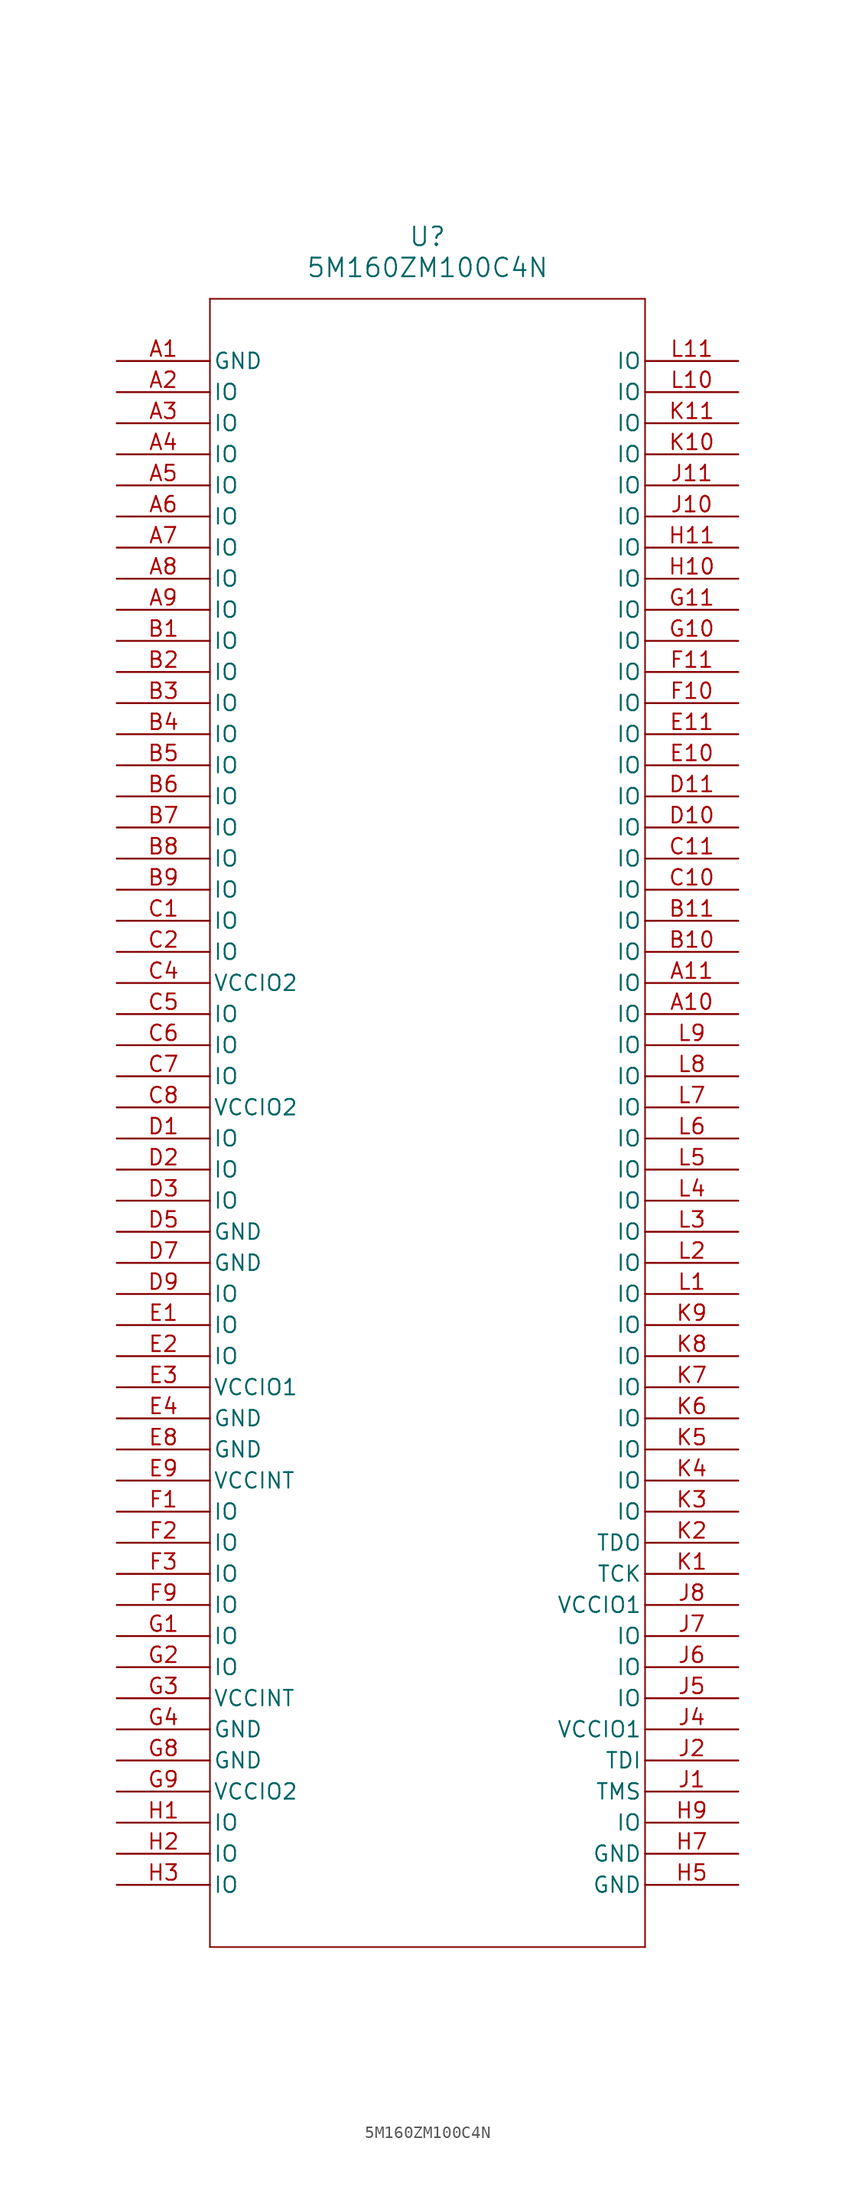
<source format=kicad_sym>
(kicad_symbol_lib
  (version 20220914)
  (generator kicad_symbol_editor)
  (symbol "5M160ZM100C4N"
    (pin_names
      (offset 0.254))
    (property "Reference" "U"
      (at 25.4 10.16 0)
      (effects (font (size 1.524 1.524))))
    (property "Value" "5M160ZM100C4N"
      (at 25.4 7.62 0)
      (effects (font (size 1.524 1.524))))
    (symbol "5M160ZM100C4N_0_1"
      (polyline (pts (xy 7.62 -129.54) (xy 43.18 -129.54)) (stroke (width 0.127) (type default)) (fill (type none)))
      (polyline (pts (xy 7.62 5.08) (xy 7.62 -129.54)) (stroke (width 0.127) (type default)) (fill (type none)))
      (polyline (pts (xy 43.18 -129.54) (xy 43.18 5.08)) (stroke (width 0.127) (type default)) (fill (type none)))
      (polyline (pts (xy 43.18 5.08) (xy 7.62 5.08)) (stroke (width 0.127) (type default)) (fill (type none)))
      (pin power_out line (at 0 0 0) (length 7.62) (name "GND" (effects (font (size 1.27 1.27)))) (number "A1" (effects (font (size 1.27 1.27)))))
      (pin bidirectional line (at 50.8 -53.34 180) (length 7.62) (name "IO" (effects (font (size 1.27 1.27)))) (number "A10" (effects (font (size 1.27 1.27)))))
      (pin bidirectional line (at 50.8 -50.8 180) (length 7.62) (name "IO" (effects (font (size 1.27 1.27)))) (number "A11" (effects (font (size 1.27 1.27)))))
      (pin bidirectional line (at 0 -2.54 0) (length 7.62) (name "IO" (effects (font (size 1.27 1.27)))) (number "A2" (effects (font (size 1.27 1.27)))))
      (pin bidirectional line (at 0 -5.08 0) (length 7.62) (name "IO" (effects (font (size 1.27 1.27)))) (number "A3" (effects (font (size 1.27 1.27)))))
      (pin bidirectional line (at 0 -7.62 0) (length 7.62) (name "IO" (effects (font (size 1.27 1.27)))) (number "A4" (effects (font (size 1.27 1.27)))))
      (pin bidirectional line (at 0 -10.16 0) (length 7.62) (name "IO" (effects (font (size 1.27 1.27)))) (number "A5" (effects (font (size 1.27 1.27)))))
      (pin bidirectional line (at 0 -12.7 0) (length 7.62) (name "IO" (effects (font (size 1.27 1.27)))) (number "A6" (effects (font (size 1.27 1.27)))))
      (pin bidirectional line (at 0 -15.24 0) (length 7.62) (name "IO" (effects (font (size 1.27 1.27)))) (number "A7" (effects (font (size 1.27 1.27)))))
      (pin bidirectional line (at 0 -17.78 0) (length 7.62) (name "IO" (effects (font (size 1.27 1.27)))) (number "A8" (effects (font (size 1.27 1.27)))))
      (pin bidirectional line (at 0 -20.32 0) (length 7.62) (name "IO" (effects (font (size 1.27 1.27)))) (number "A9" (effects (font (size 1.27 1.27)))))
      (pin bidirectional line (at 0 -22.86 0) (length 7.62) (name "IO" (effects (font (size 1.27 1.27)))) (number "B1" (effects (font (size 1.27 1.27)))))
      (pin bidirectional line (at 50.8 -48.26 180) (length 7.62) (name "IO" (effects (font (size 1.27 1.27)))) (number "B10" (effects (font (size 1.27 1.27)))))
      (pin bidirectional line (at 50.8 -45.72 180) (length 7.62) (name "IO" (effects (font (size 1.27 1.27)))) (number "B11" (effects (font (size 1.27 1.27)))))
      (pin bidirectional line (at 0 -25.4 0) (length 7.62) (name "IO" (effects (font (size 1.27 1.27)))) (number "B2" (effects (font (size 1.27 1.27)))))
      (pin bidirectional line (at 0 -27.94 0) (length 7.62) (name "IO" (effects (font (size 1.27 1.27)))) (number "B3" (effects (font (size 1.27 1.27)))))
      (pin bidirectional line (at 0 -30.48 0) (length 7.62) (name "IO" (effects (font (size 1.27 1.27)))) (number "B4" (effects (font (size 1.27 1.27)))))
      (pin bidirectional line (at 0 -33.02 0) (length 7.62) (name "IO" (effects (font (size 1.27 1.27)))) (number "B5" (effects (font (size 1.27 1.27)))))
      (pin bidirectional line (at 0 -35.56 0) (length 7.62) (name "IO" (effects (font (size 1.27 1.27)))) (number "B6" (effects (font (size 1.27 1.27)))))
      (pin bidirectional line (at 0 -38.1 0) (length 7.62) (name "IO" (effects (font (size 1.27 1.27)))) (number "B7" (effects (font (size 1.27 1.27)))))
      (pin bidirectional line (at 0 -40.64 0) (length 7.62) (name "IO" (effects (font (size 1.27 1.27)))) (number "B8" (effects (font (size 1.27 1.27)))))
      (pin bidirectional line (at 0 -43.18 0) (length 7.62) (name "IO" (effects (font (size 1.27 1.27)))) (number "B9" (effects (font (size 1.27 1.27)))))
      (pin bidirectional line (at 0 -45.72 0) (length 7.62) (name "IO" (effects (font (size 1.27 1.27)))) (number "C1" (effects (font (size 1.27 1.27)))))
      (pin bidirectional line (at 50.8 -43.18 180) (length 7.62) (name "IO" (effects (font (size 1.27 1.27)))) (number "C10" (effects (font (size 1.27 1.27)))))
      (pin bidirectional line (at 50.8 -40.64 180) (length 7.62) (name "IO" (effects (font (size 1.27 1.27)))) (number "C11" (effects (font (size 1.27 1.27)))))
      (pin bidirectional line (at 0 -48.26 0) (length 7.62) (name "IO" (effects (font (size 1.27 1.27)))) (number "C2" (effects (font (size 1.27 1.27)))))
      (pin power_in line (at 0 -50.8 0) (length 7.62) (name "VCCIO2" (effects (font (size 1.27 1.27)))) (number "C4" (effects (font (size 1.27 1.27)))))
      (pin bidirectional line (at 0 -53.34 0) (length 7.62) (name "IO" (effects (font (size 1.27 1.27)))) (number "C5" (effects (font (size 1.27 1.27)))))
      (pin bidirectional line (at 0 -55.88 0) (length 7.62) (name "IO" (effects (font (size 1.27 1.27)))) (number "C6" (effects (font (size 1.27 1.27)))))
      (pin bidirectional line (at 0 -58.42 0) (length 7.62) (name "IO" (effects (font (size 1.27 1.27)))) (number "C7" (effects (font (size 1.27 1.27)))))
      (pin power_in line (at 0 -60.96 0) (length 7.62) (name "VCCIO2" (effects (font (size 1.27 1.27)))) (number "C8" (effects (font (size 1.27 1.27)))))
      (pin bidirectional line (at 0 -63.5 0) (length 7.62) (name "IO" (effects (font (size 1.27 1.27)))) (number "D1" (effects (font (size 1.27 1.27)))))
      (pin bidirectional line (at 50.8 -38.1 180) (length 7.62) (name "IO" (effects (font (size 1.27 1.27)))) (number "D10" (effects (font (size 1.27 1.27)))))
      (pin bidirectional line (at 50.8 -35.56 180) (length 7.62) (name "IO" (effects (font (size 1.27 1.27)))) (number "D11" (effects (font (size 1.27 1.27)))))
      (pin bidirectional line (at 0 -66.04 0) (length 7.62) (name "IO" (effects (font (size 1.27 1.27)))) (number "D2" (effects (font (size 1.27 1.27)))))
      (pin bidirectional line (at 0 -68.58 0) (length 7.62) (name "IO" (effects (font (size 1.27 1.27)))) (number "D3" (effects (font (size 1.27 1.27)))))
      (pin power_out line (at 0 -71.12 0) (length 7.62) (name "GND" (effects (font (size 1.27 1.27)))) (number "D5" (effects (font (size 1.27 1.27)))))
      (pin power_out line (at 0 -73.66 0) (length 7.62) (name "GND" (effects (font (size 1.27 1.27)))) (number "D7" (effects (font (size 1.27 1.27)))))
      (pin bidirectional line (at 0 -76.2 0) (length 7.62) (name "IO" (effects (font (size 1.27 1.27)))) (number "D9" (effects (font (size 1.27 1.27)))))
      (pin bidirectional line (at 0 -78.74 0) (length 7.62) (name "IO" (effects (font (size 1.27 1.27)))) (number "E1" (effects (font (size 1.27 1.27)))))
      (pin bidirectional line (at 50.8 -33.02 180) (length 7.62) (name "IO" (effects (font (size 1.27 1.27)))) (number "E10" (effects (font (size 1.27 1.27)))))
      (pin bidirectional line (at 50.8 -30.48 180) (length 7.62) (name "IO" (effects (font (size 1.27 1.27)))) (number "E11" (effects (font (size 1.27 1.27)))))
      (pin bidirectional line (at 0 -81.28 0) (length 7.62) (name "IO" (effects (font (size 1.27 1.27)))) (number "E2" (effects (font (size 1.27 1.27)))))
      (pin power_in line (at 0 -83.82 0) (length 7.62) (name "VCCIO1" (effects (font (size 1.27 1.27)))) (number "E3" (effects (font (size 1.27 1.27)))))
      (pin power_out line (at 0 -86.36 0) (length 7.62) (name "GND" (effects (font (size 1.27 1.27)))) (number "E4" (effects (font (size 1.27 1.27)))))
      (pin power_out line (at 0 -88.9 0) (length 7.62) (name "GND" (effects (font (size 1.27 1.27)))) (number "E8" (effects (font (size 1.27 1.27)))))
      (pin power_in line (at 0 -91.44 0) (length 7.62) (name "VCCINT" (effects (font (size 1.27 1.27)))) (number "E9" (effects (font (size 1.27 1.27)))))
      (pin bidirectional line (at 0 -93.98 0) (length 7.62) (name "IO" (effects (font (size 1.27 1.27)))) (number "F1" (effects (font (size 1.27 1.27)))))
      (pin bidirectional line (at 50.8 -27.94 180) (length 7.62) (name "IO" (effects (font (size 1.27 1.27)))) (number "F10" (effects (font (size 1.27 1.27)))))
      (pin bidirectional line (at 50.8 -25.4 180) (length 7.62) (name "IO" (effects (font (size 1.27 1.27)))) (number "F11" (effects (font (size 1.27 1.27)))))
      (pin bidirectional line (at 0 -96.52 0) (length 7.62) (name "IO" (effects (font (size 1.27 1.27)))) (number "F2" (effects (font (size 1.27 1.27)))))
      (pin bidirectional line (at 0 -99.06 0) (length 7.62) (name "IO" (effects (font (size 1.27 1.27)))) (number "F3" (effects (font (size 1.27 1.27)))))
      (pin bidirectional line (at 0 -101.6 0) (length 7.62) (name "IO" (effects (font (size 1.27 1.27)))) (number "F9" (effects (font (size 1.27 1.27)))))
      (pin bidirectional line (at 0 -104.14 0) (length 7.62) (name "IO" (effects (font (size 1.27 1.27)))) (number "G1" (effects (font (size 1.27 1.27)))))
      (pin bidirectional line (at 50.8 -22.86 180) (length 7.62) (name "IO" (effects (font (size 1.27 1.27)))) (number "G10" (effects (font (size 1.27 1.27)))))
      (pin bidirectional line (at 50.8 -20.32 180) (length 7.62) (name "IO" (effects (font (size 1.27 1.27)))) (number "G11" (effects (font (size 1.27 1.27)))))
      (pin bidirectional line (at 0 -106.68 0) (length 7.62) (name "IO" (effects (font (size 1.27 1.27)))) (number "G2" (effects (font (size 1.27 1.27)))))
      (pin power_in line (at 0 -109.22 0) (length 7.62) (name "VCCINT" (effects (font (size 1.27 1.27)))) (number "G3" (effects (font (size 1.27 1.27)))))
      (pin power_out line (at 0 -111.76 0) (length 7.62) (name "GND" (effects (font (size 1.27 1.27)))) (number "G4" (effects (font (size 1.27 1.27)))))
      (pin power_out line (at 0 -114.3 0) (length 7.62) (name "GND" (effects (font (size 1.27 1.27)))) (number "G8" (effects (font (size 1.27 1.27)))))
      (pin power_in line (at 0 -116.84 0) (length 7.62) (name "VCCIO2" (effects (font (size 1.27 1.27)))) (number "G9" (effects (font (size 1.27 1.27)))))
      (pin bidirectional line (at 0 -119.38 0) (length 7.62) (name "IO" (effects (font (size 1.27 1.27)))) (number "H1" (effects (font (size 1.27 1.27)))))
      (pin bidirectional line (at 50.8 -17.78 180) (length 7.62) (name "IO" (effects (font (size 1.27 1.27)))) (number "H10" (effects (font (size 1.27 1.27)))))
      (pin bidirectional line (at 50.8 -15.24 180) (length 7.62) (name "IO" (effects (font (size 1.27 1.27)))) (number "H11" (effects (font (size 1.27 1.27)))))
      (pin bidirectional line (at 0 -121.92 0) (length 7.62) (name "IO" (effects (font (size 1.27 1.27)))) (number "H2" (effects (font (size 1.27 1.27)))))
      (pin bidirectional line (at 0 -124.46 0) (length 7.62) (name "IO" (effects (font (size 1.27 1.27)))) (number "H3" (effects (font (size 1.27 1.27)))))
      (pin power_out line (at 50.8 -124.46 180) (length 7.62) (name "GND" (effects (font (size 1.27 1.27)))) (number "H5" (effects (font (size 1.27 1.27)))))
      (pin power_out line (at 50.8 -121.92 180) (length 7.62) (name "GND" (effects (font (size 1.27 1.27)))) (number "H7" (effects (font (size 1.27 1.27)))))
      (pin bidirectional line (at 50.8 -119.38 180) (length 7.62) (name "IO" (effects (font (size 1.27 1.27)))) (number "H9" (effects (font (size 1.27 1.27)))))
      (pin input line (at 50.8 -116.84 180) (length 7.62) (name "TMS" (effects (font (size 1.27 1.27)))) (number "J1" (effects (font (size 1.27 1.27)))))
      (pin bidirectional line (at 50.8 -12.7 180) (length 7.62) (name "IO" (effects (font (size 1.27 1.27)))) (number "J10" (effects (font (size 1.27 1.27)))))
      (pin bidirectional line (at 50.8 -10.16 180) (length 7.62) (name "IO" (effects (font (size 1.27 1.27)))) (number "J11" (effects (font (size 1.27 1.27)))))
      (pin input line (at 50.8 -114.3 180) (length 7.62) (name "TDI" (effects (font (size 1.27 1.27)))) (number "J2" (effects (font (size 1.27 1.27)))))
      (pin power_in line (at 50.8 -111.76 180) (length 7.62) (name "VCCIO1" (effects (font (size 1.27 1.27)))) (number "J4" (effects (font (size 1.27 1.27)))))
      (pin bidirectional line (at 50.8 -109.22 180) (length 7.62) (name "IO" (effects (font (size 1.27 1.27)))) (number "J5" (effects (font (size 1.27 1.27)))))
      (pin bidirectional line (at 50.8 -106.68 180) (length 7.62) (name "IO" (effects (font (size 1.27 1.27)))) (number "J6" (effects (font (size 1.27 1.27)))))
      (pin bidirectional line (at 50.8 -104.14 180) (length 7.62) (name "IO" (effects (font (size 1.27 1.27)))) (number "J7" (effects (font (size 1.27 1.27)))))
      (pin power_in line (at 50.8 -101.6 180) (length 7.62) (name "VCCIO1" (effects (font (size 1.27 1.27)))) (number "J8" (effects (font (size 1.27 1.27)))))
      (pin input line (at 50.8 -99.06 180) (length 7.62) (name "TCK" (effects (font (size 1.27 1.27)))) (number "K1" (effects (font (size 1.27 1.27)))))
      (pin bidirectional line (at 50.8 -7.62 180) (length 7.62) (name "IO" (effects (font (size 1.27 1.27)))) (number "K10" (effects (font (size 1.27 1.27)))))
      (pin bidirectional line (at 50.8 -5.08 180) (length 7.62) (name "IO" (effects (font (size 1.27 1.27)))) (number "K11" (effects (font (size 1.27 1.27)))))
      (pin output line (at 50.8 -96.52 180) (length 7.62) (name "TDO" (effects (font (size 1.27 1.27)))) (number "K2" (effects (font (size 1.27 1.27)))))
      (pin bidirectional line (at 50.8 -93.98 180) (length 7.62) (name "IO" (effects (font (size 1.27 1.27)))) (number "K3" (effects (font (size 1.27 1.27)))))
      (pin bidirectional line (at 50.8 -91.44 180) (length 7.62) (name "IO" (effects (font (size 1.27 1.27)))) (number "K4" (effects (font (size 1.27 1.27)))))
      (pin bidirectional line (at 50.8 -88.9 180) (length 7.62) (name "IO" (effects (font (size 1.27 1.27)))) (number "K5" (effects (font (size 1.27 1.27)))))
      (pin bidirectional line (at 50.8 -86.36 180) (length 7.62) (name "IO" (effects (font (size 1.27 1.27)))) (number "K6" (effects (font (size 1.27 1.27)))))
      (pin bidirectional line (at 50.8 -83.82 180) (length 7.62) (name "IO" (effects (font (size 1.27 1.27)))) (number "K7" (effects (font (size 1.27 1.27)))))
      (pin bidirectional line (at 50.8 -81.28 180) (length 7.62) (name "IO" (effects (font (size 1.27 1.27)))) (number "K8" (effects (font (size 1.27 1.27)))))
      (pin bidirectional line (at 50.8 -78.74 180) (length 7.62) (name "IO" (effects (font (size 1.27 1.27)))) (number "K9" (effects (font (size 1.27 1.27)))))
      (pin bidirectional line (at 50.8 -76.2 180) (length 7.62) (name "IO" (effects (font (size 1.27 1.27)))) (number "L1" (effects (font (size 1.27 1.27)))))
      (pin bidirectional line (at 50.8 -2.54 180) (length 7.62) (name "IO" (effects (font (size 1.27 1.27)))) (number "L10" (effects (font (size 1.27 1.27)))))
      (pin bidirectional line (at 50.8 0 180) (length 7.62) (name "IO" (effects (font (size 1.27 1.27)))) (number "L11" (effects (font (size 1.27 1.27)))))
      (pin bidirectional line (at 50.8 -73.66 180) (length 7.62) (name "IO" (effects (font (size 1.27 1.27)))) (number "L2" (effects (font (size 1.27 1.27)))))
      (pin bidirectional line (at 50.8 -71.12 180) (length 7.62) (name "IO" (effects (font (size 1.27 1.27)))) (number "L3" (effects (font (size 1.27 1.27)))))
      (pin bidirectional line (at 50.8 -68.58 180) (length 7.62) (name "IO" (effects (font (size 1.27 1.27)))) (number "L4" (effects (font (size 1.27 1.27)))))
      (pin bidirectional line (at 50.8 -66.04 180) (length 7.62) (name "IO" (effects (font (size 1.27 1.27)))) (number "L5" (effects (font (size 1.27 1.27)))))
      (pin bidirectional line (at 50.8 -63.5 180) (length 7.62) (name "IO" (effects (font (size 1.27 1.27)))) (number "L6" (effects (font (size 1.27 1.27)))))
      (pin bidirectional line (at 50.8 -60.96 180) (length 7.62) (name "IO" (effects (font (size 1.27 1.27)))) (number "L7" (effects (font (size 1.27 1.27)))))
      (pin bidirectional line (at 50.8 -58.42 180) (length 7.62) (name "IO" (effects (font (size 1.27 1.27)))) (number "L8" (effects (font (size 1.27 1.27)))))
      (pin bidirectional line (at 50.8 -55.88 180) (length 7.62) (name "IO" (effects (font (size 1.27 1.27)))) (number "L9" (effects (font (size 1.27 1.27))))))))
</source>
